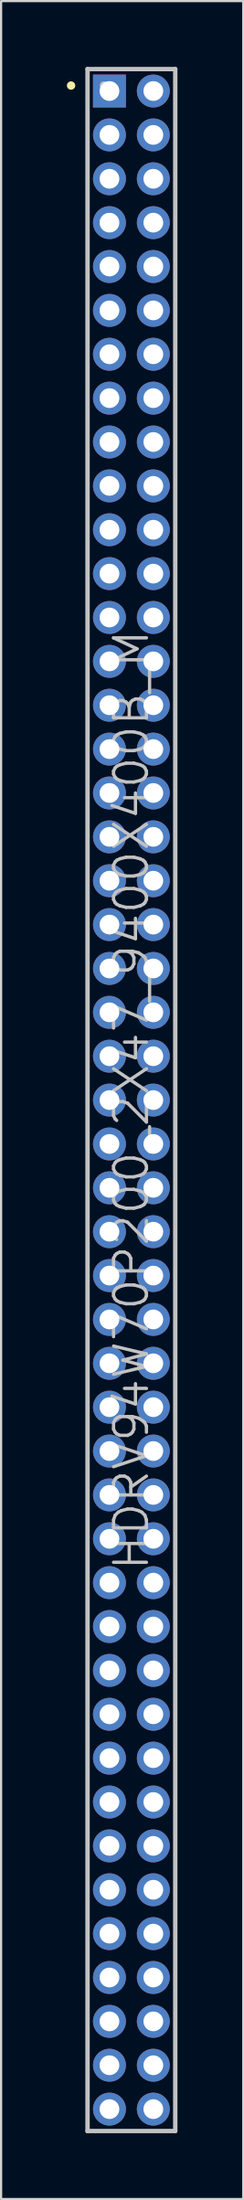
<source format=kicad_pcb>
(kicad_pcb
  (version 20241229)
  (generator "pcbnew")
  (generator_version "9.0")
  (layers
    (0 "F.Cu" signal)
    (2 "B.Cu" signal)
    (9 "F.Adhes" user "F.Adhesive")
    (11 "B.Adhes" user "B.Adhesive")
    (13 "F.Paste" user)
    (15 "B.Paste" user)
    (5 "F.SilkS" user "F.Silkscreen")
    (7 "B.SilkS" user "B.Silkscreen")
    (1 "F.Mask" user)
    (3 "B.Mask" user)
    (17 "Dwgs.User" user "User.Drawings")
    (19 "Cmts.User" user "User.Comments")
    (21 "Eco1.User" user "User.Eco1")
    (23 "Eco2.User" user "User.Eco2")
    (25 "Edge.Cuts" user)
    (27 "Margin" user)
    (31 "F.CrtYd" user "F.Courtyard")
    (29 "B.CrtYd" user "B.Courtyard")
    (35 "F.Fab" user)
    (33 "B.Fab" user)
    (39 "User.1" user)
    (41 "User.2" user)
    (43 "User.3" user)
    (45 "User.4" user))
  (footprint "HDRV94W70P200_2X47_9400X400B_M"
    (layer "F.Cu")
    (at 2.941 47.1)
    (property "Reference" "HDRV94W70P200_2X47_9400X400B_M" (at 0 0 90) (layer "Dwgs.User") (effects (font (size 1.5 1.5) (thickness 0.15))))
    (attr through_hole)
    (fp_line (start -2.75 -46.25) (end -2.75 -46.25) (stroke (width 0.381) (type solid)) (layer "F.SilkS"))
    (fp_line (start -2 -47) (end -2 47) (stroke (width 0.2) (type solid)) (layer "Dwgs.User"))
    (fp_line (start -2 -47) (end 2 -47) (stroke (width 0.2) (type solid)) (layer "Dwgs.User"))
    (fp_line (start -2 47) (end 2 47) (stroke (width 0.2) (type solid)) (layer "Dwgs.User"))
    (fp_line (start -1.25 -46.25) (end -1.25 -46.25) (stroke (width 0.381) (type solid)) (layer "Dwgs.User"))
    (fp_line (start 2 -47) (end 2 47) (stroke (width 0.2) (type solid)) (layer "Dwgs.User"))
    (pad "1" thru_hole rect (at -1 -46) (size 1.5 1.5) (drill 0.9) (layers "*.Cu" "*.Mask"))
    (pad "2" thru_hole circle (at 1 -46 270) (size 1.5 1.5) (drill 0.9) (layers "*.Cu" "*.Mask"))
    (pad "3" thru_hole circle (at -1 -44 270) (size 1.5 1.5) (drill 0.9) (layers "*.Cu" "*.Mask"))
    (pad "4" thru_hole circle (at 1 -44 270) (size 1.5 1.5) (drill 0.9) (layers "*.Cu" "*.Mask"))
    (pad "5" thru_hole circle (at -1 -42 270) (size 1.5 1.5) (drill 0.9) (layers "*.Cu" "*.Mask"))
    (pad "6" thru_hole circle (at 1 -42 270) (size 1.5 1.5) (drill 0.9) (layers "*.Cu" "*.Mask"))
    (pad "7" thru_hole circle (at -1 -40 270) (size 1.5 1.5) (drill 0.9) (layers "*.Cu" "*.Mask"))
    (pad "8" thru_hole circle (at 1 -40 270) (size 1.5 1.5) (drill 0.9) (layers "*.Cu" "*.Mask"))
    (pad "9" thru_hole circle (at -1 -38 270) (size 1.5 1.5) (drill 0.9) (layers "*.Cu" "*.Mask"))
    (pad "10" thru_hole circle (at 1 -38 270) (size 1.5 1.5) (drill 0.9) (layers "*.Cu" "*.Mask"))
    (pad "11" thru_hole circle (at -1 -36 270) (size 1.5 1.5) (drill 0.9) (layers "*.Cu" "*.Mask"))
    (pad "12" thru_hole circle (at 1 -36 270) (size 1.5 1.5) (drill 0.9) (layers "*.Cu" "*.Mask"))
    (pad "13" thru_hole circle (at -1 -34 270) (size 1.5 1.5) (drill 0.9) (layers "*.Cu" "*.Mask"))
    (pad "14" thru_hole circle (at 1 -34 270) (size 1.5 1.5) (drill 0.9) (layers "*.Cu" "*.Mask"))
    (pad "15" thru_hole circle (at -1 -32 270) (size 1.5 1.5) (drill 0.9) (layers "*.Cu" "*.Mask"))
    (pad "16" thru_hole circle (at 1 -32 270) (size 1.5 1.5) (drill 0.9) (layers "*.Cu" "*.Mask"))
    (pad "17" thru_hole circle (at -1 -30 270) (size 1.5 1.5) (drill 0.9) (layers "*.Cu" "*.Mask"))
    (pad "18" thru_hole circle (at 1 -30 270) (size 1.5 1.5) (drill 0.9) (layers "*.Cu" "*.Mask"))
    (pad "19" thru_hole circle (at -1 -28 270) (size 1.5 1.5) (drill 0.9) (layers "*.Cu" "*.Mask"))
    (pad "20" thru_hole circle (at 1 -28 270) (size 1.5 1.5) (drill 0.9) (layers "*.Cu" "*.Mask"))
    (pad "21" thru_hole circle (at -1 -26 270) (size 1.5 1.5) (drill 0.9) (layers "*.Cu" "*.Mask"))
    (pad "22" thru_hole circle (at 1 -26 270) (size 1.5 1.5) (drill 0.9) (layers "*.Cu" "*.Mask"))
    (pad "23" thru_hole circle (at -1 -24 270) (size 1.5 1.5) (drill 0.9) (layers "*.Cu" "*.Mask"))
    (pad "24" thru_hole circle (at 1 -24 270) (size 1.5 1.5) (drill 0.9) (layers "*.Cu" "*.Mask"))
    (pad "25" thru_hole circle (at -1 -22 270) (size 1.5 1.5) (drill 0.9) (layers "*.Cu" "*.Mask"))
    (pad "26" thru_hole circle (at 1 -22 270) (size 1.5 1.5) (drill 0.9) (layers "*.Cu" "*.Mask"))
    (pad "27" thru_hole circle (at -1 -20 270) (size 1.5 1.5) (drill 0.9) (layers "*.Cu" "*.Mask"))
    (pad "28" thru_hole circle (at 1 -20 270) (size 1.5 1.5) (drill 0.9) (layers "*.Cu" "*.Mask"))
    (pad "29" thru_hole circle (at -1 -18 270) (size 1.5 1.5) (drill 0.9) (layers "*.Cu" "*.Mask"))
    (pad "30" thru_hole circle (at 1 -18 270) (size 1.5 1.5) (drill 0.9) (layers "*.Cu" "*.Mask"))
    (pad "31" thru_hole circle (at -1 -16 270) (size 1.5 1.5) (drill 0.9) (layers "*.Cu" "*.Mask"))
    (pad "32" thru_hole circle (at 1 -16 270) (size 1.5 1.5) (drill 0.9) (layers "*.Cu" "*.Mask"))
    (pad "33" thru_hole circle (at -1 -14 270) (size 1.5 1.5) (drill 0.9) (layers "*.Cu" "*.Mask"))
    (pad "34" thru_hole circle (at 1 -14 270) (size 1.5 1.5) (drill 0.9) (layers "*.Cu" "*.Mask"))
    (pad "35" thru_hole circle (at -1 -12 270) (size 1.5 1.5) (drill 0.9) (layers "*.Cu" "*.Mask"))
    (pad "36" thru_hole circle (at 1 -12 270) (size 1.5 1.5) (drill 0.9) (layers "*.Cu" "*.Mask"))
    (pad "37" thru_hole circle (at -1 -10 270) (size 1.5 1.5) (drill 0.9) (layers "*.Cu" "*.Mask"))
    (pad "38" thru_hole circle (at 1 -10 270) (size 1.5 1.5) (drill 0.9) (layers "*.Cu" "*.Mask"))
    (pad "39" thru_hole circle (at -1 -8 270) (size 1.5 1.5) (drill 0.9) (layers "*.Cu" "*.Mask"))
    (pad "40" thru_hole circle (at 1 -8 270) (size 1.5 1.5) (drill 0.9) (layers "*.Cu" "*.Mask"))
    (pad "41" thru_hole circle (at -1 -6 270) (size 1.5 1.5) (drill 0.9) (layers "*.Cu" "*.Mask"))
    (pad "42" thru_hole circle (at 1 -6 270) (size 1.5 1.5) (drill 0.9) (layers "*.Cu" "*.Mask"))
    (pad "43" thru_hole circle (at -1 -4 270) (size 1.5 1.5) (drill 0.9) (layers "*.Cu" "*.Mask"))
    (pad "44" thru_hole circle (at 1 -4 270) (size 1.5 1.5) (drill 0.9) (layers "*.Cu" "*.Mask"))
    (pad "45" thru_hole circle (at -1 -2 270) (size 1.5 1.5) (drill 0.9) (layers "*.Cu" "*.Mask"))
    (pad "46" thru_hole circle (at 1 -2 270) (size 1.5 1.5) (drill 0.9) (layers "*.Cu" "*.Mask"))
    (pad "47" thru_hole circle (at -1 0 270) (size 1.5 1.5) (drill 0.9) (layers "*.Cu" "*.Mask"))
    (pad "48" thru_hole circle (at 1 0 270) (size 1.5 1.5) (drill 0.9) (layers "*.Cu" "*.Mask"))
    (pad "49" thru_hole circle (at -1 2 270) (size 1.5 1.5) (drill 0.9) (layers "*.Cu" "*.Mask"))
    (pad "50" thru_hole circle (at 1 2 270) (size 1.5 1.5) (drill 0.9) (layers "*.Cu" "*.Mask"))
    (pad "51" thru_hole circle (at -1 4 270) (size 1.5 1.5) (drill 0.9) (layers "*.Cu" "*.Mask"))
    (pad "52" thru_hole circle (at 1 4 270) (size 1.5 1.5) (drill 0.9) (layers "*.Cu" "*.Mask"))
    (pad "53" thru_hole circle (at -1 6 270) (size 1.5 1.5) (drill 0.9) (layers "*.Cu" "*.Mask"))
    (pad "54" thru_hole circle (at 1 6 270) (size 1.5 1.5) (drill 0.9) (layers "*.Cu" "*.Mask"))
    (pad "55" thru_hole circle (at -1 8 270) (size 1.5 1.5) (drill 0.9) (layers "*.Cu" "*.Mask"))
    (pad "56" thru_hole circle (at 1 8 270) (size 1.5 1.5) (drill 0.9) (layers "*.Cu" "*.Mask"))
    (pad "57" thru_hole circle (at -1 10 270) (size 1.5 1.5) (drill 0.9) (layers "*.Cu" "*.Mask"))
    (pad "58" thru_hole circle (at 1 10 270) (size 1.5 1.5) (drill 0.9) (layers "*.Cu" "*.Mask"))
    (pad "59" thru_hole circle (at -1 12 270) (size 1.5 1.5) (drill 0.9) (layers "*.Cu" "*.Mask"))
    (pad "60" thru_hole circle (at 1 12 270) (size 1.5 1.5) (drill 0.9) (layers "*.Cu" "*.Mask"))
    (pad "61" thru_hole circle (at -1 14 270) (size 1.5 1.5) (drill 0.9) (layers "*.Cu" "*.Mask"))
    (pad "62" thru_hole circle (at 1 14 270) (size 1.5 1.5) (drill 0.9) (layers "*.Cu" "*.Mask"))
    (pad "63" thru_hole circle (at -1 16 270) (size 1.5 1.5) (drill 0.9) (layers "*.Cu" "*.Mask"))
    (pad "64" thru_hole circle (at 1 16 270) (size 1.5 1.5) (drill 0.9) (layers "*.Cu" "*.Mask"))
    (pad "65" thru_hole circle (at -1 18 270) (size 1.5 1.5) (drill 0.9) (layers "*.Cu" "*.Mask"))
    (pad "66" thru_hole circle (at 1 18 270) (size 1.5 1.5) (drill 0.9) (layers "*.Cu" "*.Mask"))
    (pad "67" thru_hole circle (at -1 20 270) (size 1.5 1.5) (drill 0.9) (layers "*.Cu" "*.Mask"))
    (pad "68" thru_hole circle (at 1 20 270) (size 1.5 1.5) (drill 0.9) (layers "*.Cu" "*.Mask"))
    (pad "69" thru_hole circle (at -1 22 270) (size 1.5 1.5) (drill 0.9) (layers "*.Cu" "*.Mask"))
    (pad "70" thru_hole circle (at 1 22 270) (size 1.5 1.5) (drill 0.9) (layers "*.Cu" "*.Mask"))
    (pad "71" thru_hole circle (at -1 24 270) (size 1.5 1.5) (drill 0.9) (layers "*.Cu" "*.Mask"))
    (pad "72" thru_hole circle (at 1 24 270) (size 1.5 1.5) (drill 0.9) (layers "*.Cu" "*.Mask"))
    (pad "73" thru_hole circle (at -1 26 270) (size 1.5 1.5) (drill 0.9) (layers "*.Cu" "*.Mask"))
    (pad "74" thru_hole circle (at 1 26 270) (size 1.5 1.5) (drill 0.9) (layers "*.Cu" "*.Mask"))
    (pad "75" thru_hole circle (at -1 28 270) (size 1.5 1.5) (drill 0.9) (layers "*.Cu" "*.Mask"))
    (pad "76" thru_hole circle (at 1 28 270) (size 1.5 1.5) (drill 0.9) (layers "*.Cu" "*.Mask"))
    (pad "77" thru_hole circle (at -1 30 270) (size 1.5 1.5) (drill 0.9) (layers "*.Cu" "*.Mask"))
    (pad "78" thru_hole circle (at 1 30 270) (size 1.5 1.5) (drill 0.9) (layers "*.Cu" "*.Mask"))
    (pad "79" thru_hole circle (at -1 32 270) (size 1.5 1.5) (drill 0.9) (layers "*.Cu" "*.Mask"))
    (pad "80" thru_hole circle (at 1 32 270) (size 1.5 1.5) (drill 0.9) (layers "*.Cu" "*.Mask"))
    (pad "81" thru_hole circle (at -1 34 270) (size 1.5 1.5) (drill 0.9) (layers "*.Cu" "*.Mask"))
    (pad "82" thru_hole circle (at 1 34 270) (size 1.5 1.5) (drill 0.9) (layers "*.Cu" "*.Mask"))
    (pad "83" thru_hole circle (at -1 36 270) (size 1.5 1.5) (drill 0.9) (layers "*.Cu" "*.Mask"))
    (pad "84" thru_hole circle (at 1 36 270) (size 1.5 1.5) (drill 0.9) (layers "*.Cu" "*.Mask"))
    (pad "85" thru_hole circle (at -1 38 270) (size 1.5 1.5) (drill 0.9) (layers "*.Cu" "*.Mask"))
    (pad "86" thru_hole circle (at 1 38 270) (size 1.5 1.5) (drill 0.9) (layers "*.Cu" "*.Mask"))
    (pad "87" thru_hole circle (at -1 40 270) (size 1.5 1.5) (drill 0.9) (layers "*.Cu" "*.Mask"))
    (pad "88" thru_hole circle (at 1 40 270) (size 1.5 1.5) (drill 0.9) (layers "*.Cu" "*.Mask"))
    (pad "89" thru_hole circle (at -1 42 270) (size 1.5 1.5) (drill 0.9) (layers "*.Cu" "*.Mask"))
    (pad "90" thru_hole circle (at 1 42 270) (size 1.5 1.5) (drill 0.9) (layers "*.Cu" "*.Mask"))
    (pad "91" thru_hole circle (at -1 44 270) (size 1.5 1.5) (drill 0.9) (layers "*.Cu" "*.Mask"))
    (pad "92" thru_hole circle (at 1 44 270) (size 1.5 1.5) (drill 0.9) (layers "*.Cu" "*.Mask"))
    (pad "93" thru_hole circle (at -1 46 270) (size 1.5 1.5) (drill 0.9) (layers "*.Cu" "*.Mask"))
    (pad "94" thru_hole circle (at 1 46 270) (size 1.5 1.5) (drill 0.9) (layers "*.Cu" "*.Mask")))
  (gr_rect
    (start -3 -3)
    (end 8.04 97.2)
    (stroke (width 0.1) (type default))
    (fill no)
    (layer "Edge.Cuts")))
</source>
